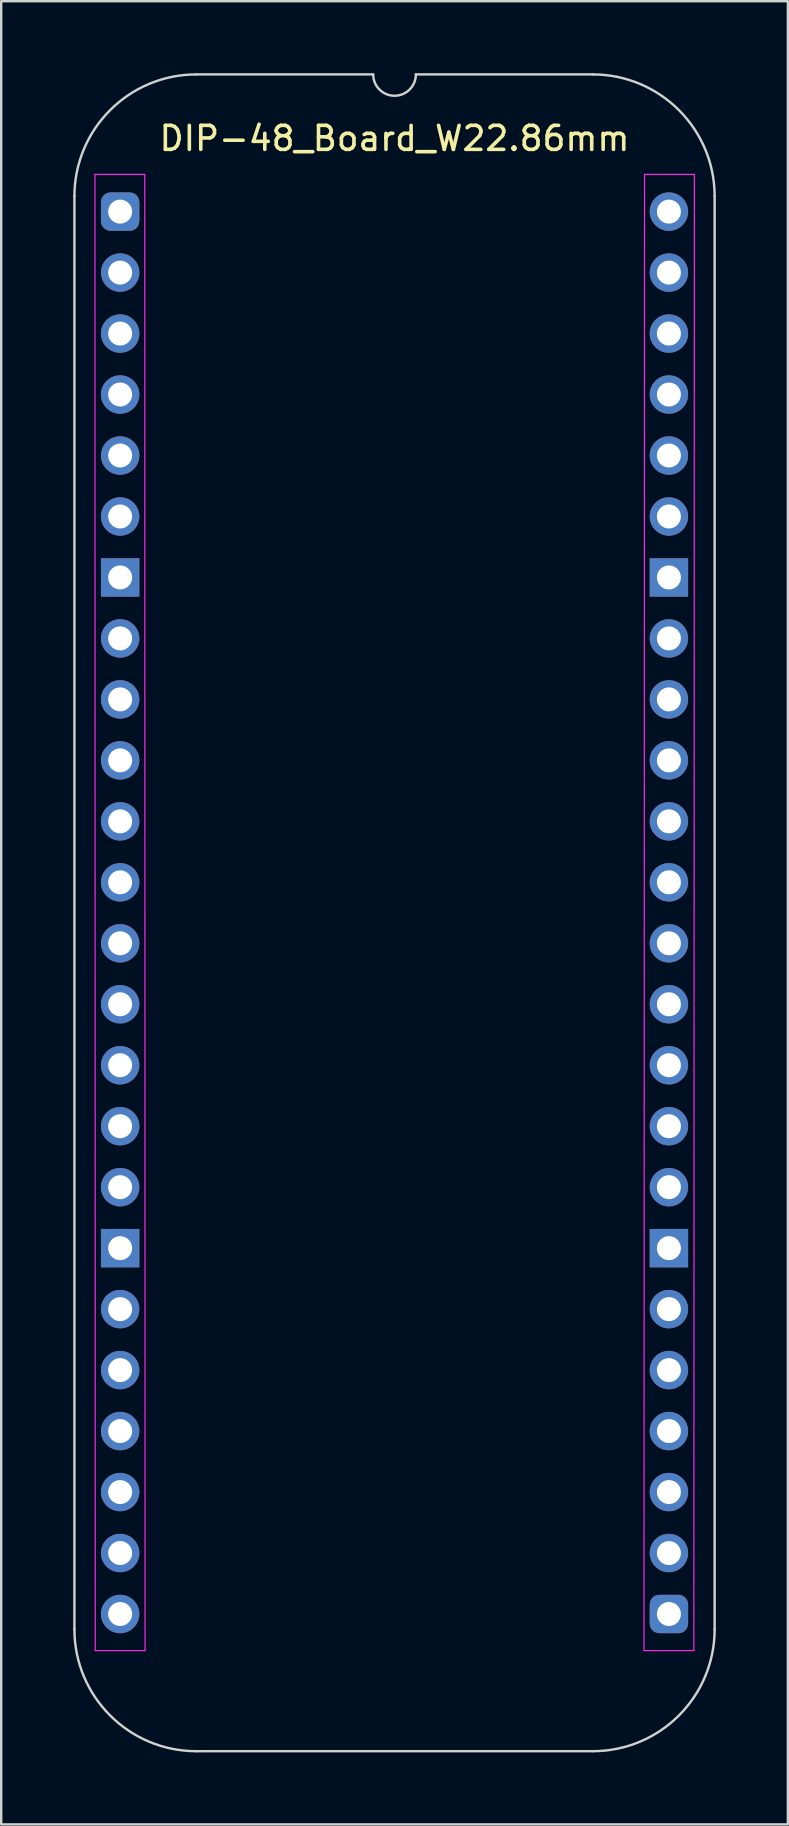
<source format=kicad_pcb>
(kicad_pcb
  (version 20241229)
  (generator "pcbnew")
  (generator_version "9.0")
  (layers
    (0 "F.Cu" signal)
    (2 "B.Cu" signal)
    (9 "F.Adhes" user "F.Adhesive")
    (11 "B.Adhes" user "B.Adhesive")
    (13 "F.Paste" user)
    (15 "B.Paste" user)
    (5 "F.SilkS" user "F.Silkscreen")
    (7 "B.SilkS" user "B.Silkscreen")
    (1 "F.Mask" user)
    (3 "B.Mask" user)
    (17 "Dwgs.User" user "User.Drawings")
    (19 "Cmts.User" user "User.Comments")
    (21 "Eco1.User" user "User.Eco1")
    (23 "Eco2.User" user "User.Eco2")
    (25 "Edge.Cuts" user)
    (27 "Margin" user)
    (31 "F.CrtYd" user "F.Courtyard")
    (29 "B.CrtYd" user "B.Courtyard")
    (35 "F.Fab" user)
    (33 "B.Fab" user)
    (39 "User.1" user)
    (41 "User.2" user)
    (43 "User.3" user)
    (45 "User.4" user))
  (footprint "DIP-48_Board_W22.86mm"
    (layer "F.Cu")
    (at 1.955 5.765)
    (property "Reference" "DIP-48_Board_W22.86mm" (at 11.43 -3.048 0) (layer "F.SilkS") (effects (font (size 1 1) (thickness 0.15))))
    (attr through_hole)
    (fp_line (start -1.905 -0.635) (end -1.905 59.055) (stroke (width 0.1) (type solid)) (layer "Edge.Cuts"))
    (fp_line (start 10.541 -5.715) (end 3.175 -5.715) (stroke (width 0.1) (type solid)) (layer "Edge.Cuts"))
    (fp_line (start 19.685 -5.715) (end 12.319 -5.715) (stroke (width 0.1) (type solid)) (layer "Edge.Cuts"))
    (fp_line (start 19.685 64.135) (end 3.175 64.135) (stroke (width 0.1) (type solid)) (layer "Edge.Cuts"))
    (fp_line (start 24.765 59.055) (end 24.765 -0.635) (stroke (width 0.1) (type solid)) (layer "Edge.Cuts"))
    (fp_arc (start -1.905 -0.635) (mid -0.417102 -4.227102) (end 3.175 -5.715) (stroke (width 0.1) (type solid)) (layer "Edge.Cuts"))
    (fp_arc (start 3.175 64.135) (mid -0.417102 62.647102) (end -1.905 59.055) (stroke (width 0.1) (type solid)) (layer "Edge.Cuts"))
    (fp_arc (start 12.319 -5.715) (mid 11.43 -4.826) (end 10.541 -5.715) (stroke (width 0.1) (type default)) (layer "Edge.Cuts"))
    (fp_arc (start 19.685 -5.715) (mid 23.277102 -4.227102) (end 24.765 -0.635) (stroke (width 0.1) (type solid)) (layer "Edge.Cuts"))
    (fp_arc (start 24.765 59.055) (mid 23.277102 62.647102) (end 19.685 64.135) (stroke (width 0.1) (type solid)) (layer "Edge.Cuts"))
    (fp_line (start -1.05 -1.55) (end -1.038 59.944) (stroke (width 0.05) (type solid)) (layer "F.CrtYd"))
    (fp_line (start -1.038 59.944) (end 1.038 59.944) (stroke (width 0.05) (type solid)) (layer "F.CrtYd"))
    (fp_line (start 1.026 -1.55) (end -1.05 -1.55) (stroke (width 0.05) (type solid)) (layer "F.CrtYd"))
    (fp_line (start 1.038 59.945) (end 1.026 -1.55) (stroke (width 0.05) (type solid)) (layer "F.CrtYd"))
    (fp_line (start 21.822 59.944) (end 21.844 -1.55) (stroke (width 0.05) (type solid)) (layer "F.CrtYd"))
    (fp_line (start 21.822 59.944) (end 23.898 59.944) (stroke (width 0.05) (type solid)) (layer "F.CrtYd"))
    (fp_line (start 23.898 59.944) (end 23.92 -1.55) (stroke (width 0.05) (type solid)) (layer "F.CrtYd"))
    (fp_line (start 23.92 -1.55) (end 21.844 -1.55) (stroke (width 0.05) (type solid)) (layer "F.CrtYd"))
    (pad "1" thru_hole roundrect (at 0 0) (size 1.6 1.6) (drill 1) (layers "*.Cu" "*.Mask") (roundrect_rratio 0.25))
    (pad "2" thru_hole oval (at 0 2.54) (size 1.6 1.6) (drill 1) (layers "*.Cu" "*.Mask"))
    (pad "3" thru_hole oval (at 0 5.08) (size 1.6 1.6) (drill 1) (layers "*.Cu" "*.Mask"))
    (pad "4" thru_hole oval (at 0 7.62) (size 1.6 1.6) (drill 1) (layers "*.Cu" "*.Mask"))
    (pad "5" thru_hole oval (at 0 10.16) (size 1.6 1.6) (drill 1) (layers "*.Cu" "*.Mask"))
    (pad "6" thru_hole oval (at 0 12.7) (size 1.6 1.6) (drill 1) (layers "*.Cu" "*.Mask"))
    (pad "7" thru_hole rect (at 0 15.24) (size 1.6 1.6) (drill 1) (layers "*.Cu" "*.Mask"))
    (pad "8" thru_hole circle (at 0 17.78) (size 1.6 1.6) (drill 1) (layers "*.Cu" "*.Mask"))
    (pad "9" thru_hole circle (at 0 20.32) (size 1.6 1.6) (drill 1) (layers "*.Cu" "*.Mask"))
    (pad "10" thru_hole oval (at 0 22.86) (size 1.6 1.6) (drill 1) (layers "*.Cu" "*.Mask"))
    (pad "11" thru_hole oval (at 0 25.4) (size 1.6 1.6) (drill 1) (layers "*.Cu" "*.Mask"))
    (pad "12" thru_hole oval (at 0 27.94) (size 1.6 1.6) (drill 1) (layers "*.Cu" "*.Mask"))
    (pad "13" thru_hole oval (at 0 30.48) (size 1.6 1.6) (drill 1) (layers "*.Cu" "*.Mask"))
    (pad "14" thru_hole oval (at 0 33.02) (size 1.6 1.6) (drill 1) (layers "*.Cu" "*.Mask"))
    (pad "15" thru_hole oval (at 0 35.56) (size 1.6 1.6) (drill 1) (layers "*.Cu" "*.Mask"))
    (pad "16" thru_hole oval (at 0 38.1) (size 1.6 1.6) (drill 1) (layers "*.Cu" "*.Mask"))
    (pad "17" thru_hole circle (at 0 40.64) (size 1.6 1.6) (drill 1) (layers "*.Cu" "*.Mask"))
    (pad "18" thru_hole rect (at 0 43.18) (size 1.6 1.6) (drill 1) (layers "*.Cu" "*.Mask"))
    (pad "19" thru_hole oval (at 0 45.72) (size 1.6 1.6) (drill 1) (layers "*.Cu" "*.Mask"))
    (pad "20" thru_hole oval (at 0 48.26) (size 1.6 1.6) (drill 1) (layers "*.Cu" "*.Mask"))
    (pad "21" thru_hole oval (at 0 50.8) (size 1.6 1.6) (drill 1) (layers "*.Cu" "*.Mask"))
    (pad "22" thru_hole oval (at 0 53.34) (size 1.6 1.6) (drill 1) (layers "*.Cu" "*.Mask"))
    (pad "23" thru_hole oval (at 0 55.88) (size 1.6 1.6) (drill 1) (layers "*.Cu" "*.Mask"))
    (pad "24" thru_hole oval (at 0 58.42) (size 1.6 1.6) (drill 1) (layers "*.Cu" "*.Mask"))
    (pad "25" thru_hole roundrect (at 22.86 58.42) (size 1.6 1.6) (drill 1) (layers "*.Cu" "*.Mask") (roundrect_rratio 0.25))
    (pad "26" thru_hole oval (at 22.86 55.88) (size 1.6 1.6) (drill 1) (layers "*.Cu" "*.Mask"))
    (pad "27" thru_hole oval (at 22.86 53.34) (size 1.6 1.6) (drill 1) (layers "*.Cu" "*.Mask"))
    (pad "28" thru_hole oval (at 22.86 50.8) (size 1.6 1.6) (drill 1) (layers "*.Cu" "*.Mask"))
    (pad "29" thru_hole oval (at 22.86 48.26) (size 1.6 1.6) (drill 1) (layers "*.Cu" "*.Mask"))
    (pad "30" thru_hole oval (at 22.86 45.72) (size 1.6 1.6) (drill 1) (layers "*.Cu" "*.Mask"))
    (pad "31" thru_hole rect (at 22.86 43.18) (size 1.6 1.6) (drill 1) (layers "*.Cu" "*.Mask"))
    (pad "32" thru_hole circle (at 22.86 40.64) (size 1.6 1.6) (drill 1) (layers "*.Cu" "*.Mask"))
    (pad "33" thru_hole oval (at 22.86 38.1) (size 1.6 1.6) (drill 1) (layers "*.Cu" "*.Mask"))
    (pad "34" thru_hole oval (at 22.86 35.56) (size 1.6 1.6) (drill 1) (layers "*.Cu" "*.Mask"))
    (pad "35" thru_hole oval (at 22.86 33.02) (size 1.6 1.6) (drill 1) (layers "*.Cu" "*.Mask"))
    (pad "36" thru_hole oval (at 22.86 30.48) (size 1.6 1.6) (drill 1) (layers "*.Cu" "*.Mask"))
    (pad "37" thru_hole oval (at 22.86 27.94) (size 1.6 1.6) (drill 1) (layers "*.Cu" "*.Mask"))
    (pad "38" thru_hole oval (at 22.86 25.4) (size 1.6 1.6) (drill 1) (layers "*.Cu" "*.Mask"))
    (pad "39" thru_hole oval (at 22.86 22.86) (size 1.6 1.6) (drill 1) (layers "*.Cu" "*.Mask"))
    (pad "40" thru_hole circle (at 22.86 20.32) (size 1.6 1.6) (drill 1) (layers "*.Cu" "*.Mask"))
    (pad "41" thru_hole circle (at 22.86 17.78) (size 1.6 1.6) (drill 1) (layers "*.Cu" "*.Mask"))
    (pad "42" thru_hole rect (at 22.86 15.24) (size 1.6 1.6) (drill 1) (layers "*.Cu" "*.Mask"))
    (pad "43" thru_hole oval (at 22.86 12.7) (size 1.6 1.6) (drill 1) (layers "*.Cu" "*.Mask"))
    (pad "44" thru_hole oval (at 22.86 10.16) (size 1.6 1.6) (drill 1) (layers "*.Cu" "*.Mask"))
    (pad "45" thru_hole oval (at 22.86 7.62) (size 1.6 1.6) (drill 1) (layers "*.Cu" "*.Mask"))
    (pad "46" thru_hole oval (at 22.86 5.08) (size 1.6 1.6) (drill 1) (layers "*.Cu" "*.Mask"))
    (pad "47" thru_hole oval (at 22.86 2.54) (size 1.6 1.6) (drill 1) (layers "*.Cu" "*.Mask"))
    (pad "48" thru_hole oval (at 22.86 0) (size 1.6 1.6) (drill 1) (layers "*.Cu" "*.Mask")))
  (gr_rect
    (start -3 -3)
    (end 29.77 72.95)
    (stroke (width 0.1) (type default))
    (fill no)
    (layer "Edge.Cuts")))
</source>
